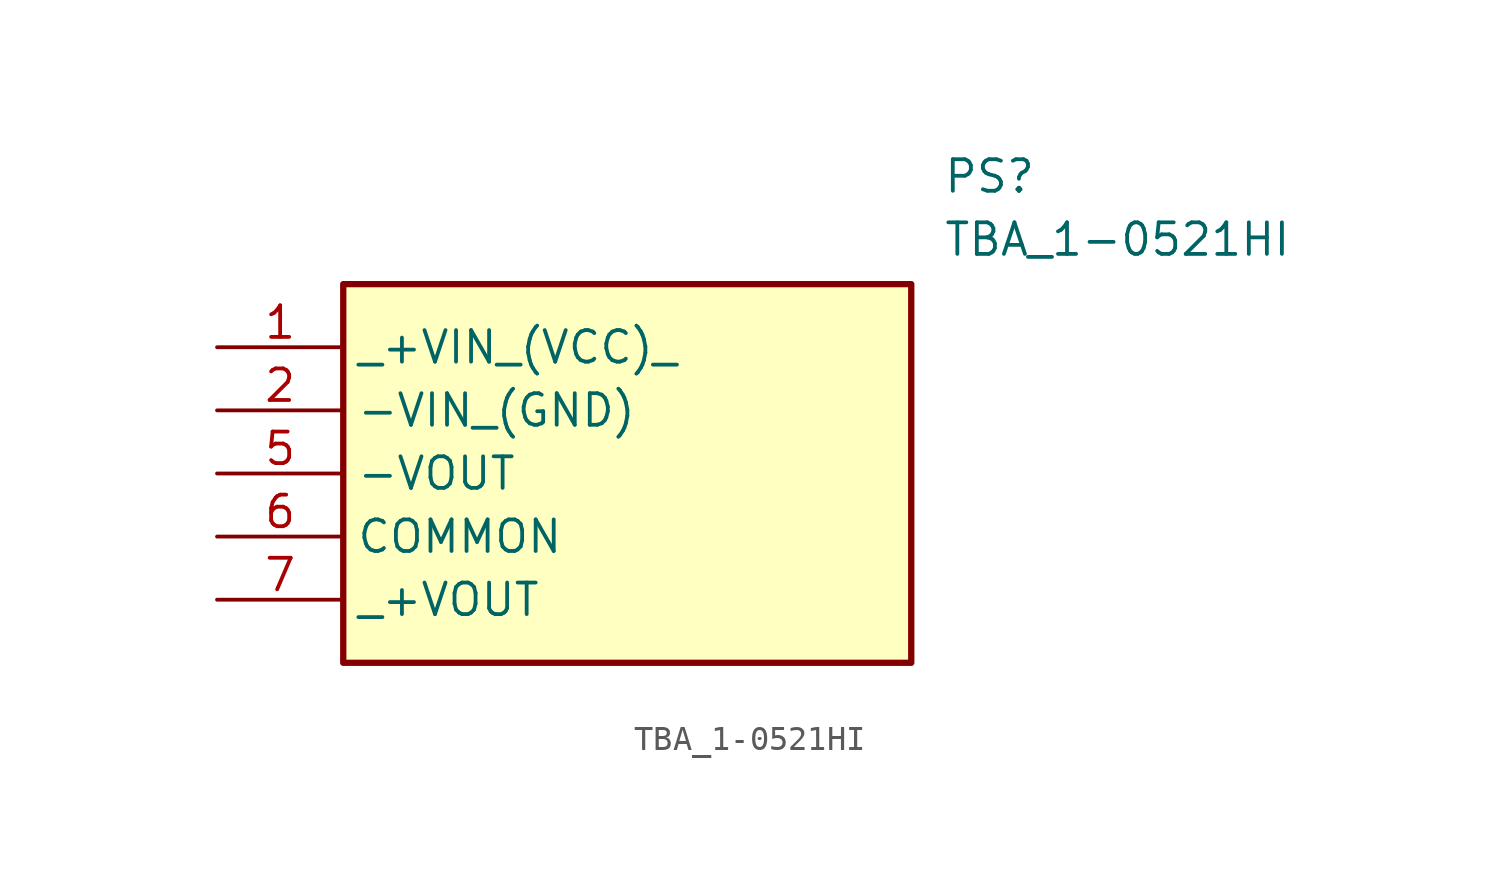
<source format=kicad_sym>
(kicad_symbol_lib
  (version 20211014)
  (generator SamacSys_ECAD_Model)
  (symbol "TBA_1-0521HI"
    (property "Reference" "PS"
      (at 29.21 7.62 0)
      (effects (font (size 1.27 1.27)) (justify left top)))
    (property "Value" "TBA_1-0521HI"
      (at 29.21 5.08 0)
      (effects (font (size 1.27 1.27)) (justify left top)))
    (rectangle
      (start 5.08 2.54)
      (end 27.94 -12.7)
      (stroke (width 0.254) (type default))
      (fill (type background)))
    (pin passive line
      (at 0 0 0)
      (length 5.08)
      (name "_+VIN_(VCC)_" (effects (font (size 1.27 1.27))))
      (number "1" (effects (font (size 1.27 1.27)))))
    (pin passive line
      (at 0 -2.54 0)
      (length 5.08)
      (name "-VIN_(GND)" (effects (font (size 1.27 1.27))))
      (number "2" (effects (font (size 1.27 1.27)))))
    (pin passive line
      (at 0 -5.08 0)
      (length 5.08)
      (name "-VOUT" (effects (font (size 1.27 1.27))))
      (number "5" (effects (font (size 1.27 1.27)))))
    (pin passive line
      (at 0 -7.62 0)
      (length 5.08)
      (name "COMMON" (effects (font (size 1.27 1.27))))
      (number "6" (effects (font (size 1.27 1.27)))))
    (pin passive line
      (at 0 -10.16 0)
      (length 5.08)
      (name "_+VOUT" (effects (font (size 1.27 1.27))))
      (number "7" (effects (font (size 1.27 1.27)))))))
</source>
